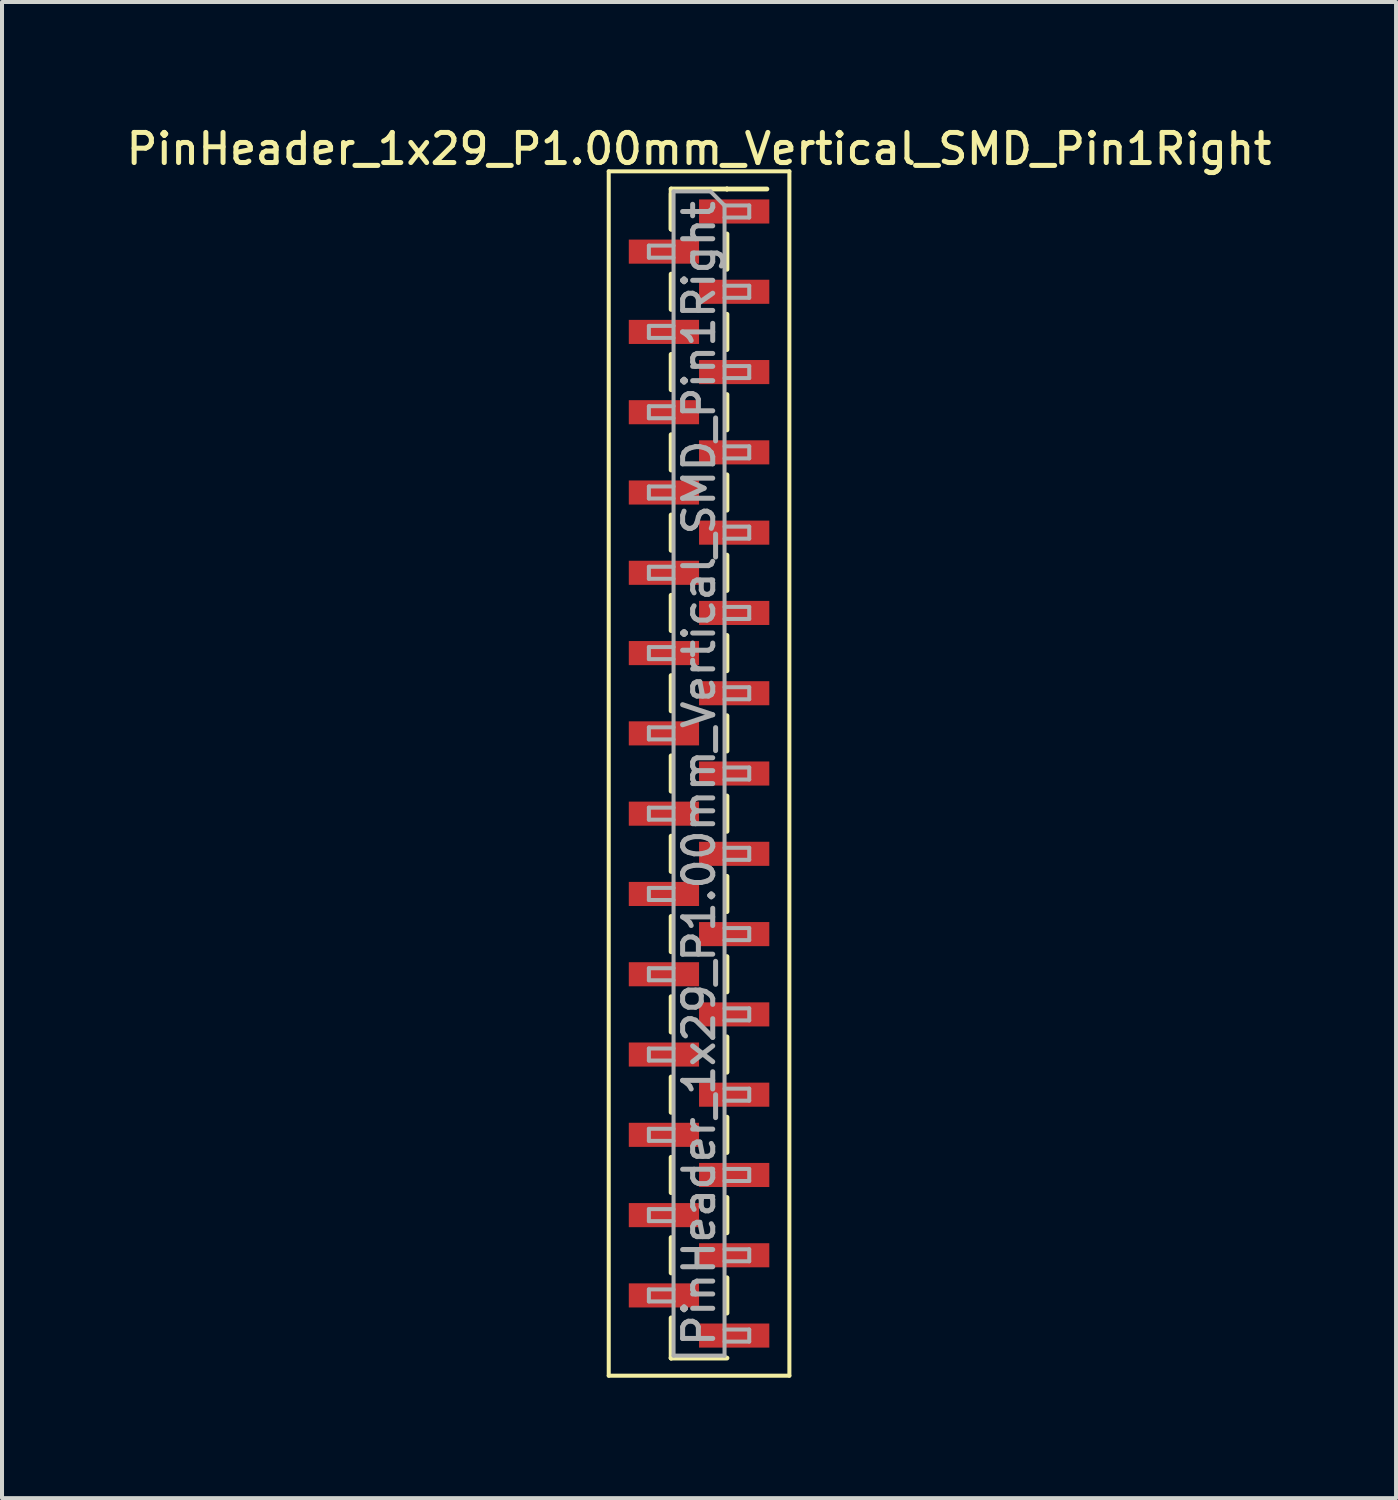
<source format=kicad_pcb>
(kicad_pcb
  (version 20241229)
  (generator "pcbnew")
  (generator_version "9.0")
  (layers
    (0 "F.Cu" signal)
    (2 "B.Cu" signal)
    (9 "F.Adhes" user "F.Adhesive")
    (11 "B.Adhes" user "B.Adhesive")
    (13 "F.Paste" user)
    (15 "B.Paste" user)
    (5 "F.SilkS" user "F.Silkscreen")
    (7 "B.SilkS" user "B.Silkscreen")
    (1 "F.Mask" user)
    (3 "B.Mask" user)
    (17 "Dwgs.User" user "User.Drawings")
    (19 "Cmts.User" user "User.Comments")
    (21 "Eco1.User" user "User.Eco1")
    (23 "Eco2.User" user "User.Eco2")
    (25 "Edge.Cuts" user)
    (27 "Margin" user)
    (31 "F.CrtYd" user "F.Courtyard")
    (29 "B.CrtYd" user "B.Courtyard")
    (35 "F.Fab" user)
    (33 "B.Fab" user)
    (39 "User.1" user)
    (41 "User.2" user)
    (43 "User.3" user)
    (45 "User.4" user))
  (footprint "PinHeader_1x29_P1.00mm_Vertical_SMD_Pin1Right"
    (layer "F.Cu")
    (at 14.363 16.218)
    (property "Reference" "PinHeader_1x29_P1.00mm_Vertical_SMD_Pin1Right" (at 0 -15.56 0) (layer "F.SilkS") (effects (font (size 0.75 0.75) (thickness 0.125))))
    (attr smd)
    (fp_line (start -2.25 -15) (end -2.25 15) (stroke (width 0.1) (type solid)) (layer "F.SilkS"))
    (fp_line (start -2.25 15) (end 2.25 15) (stroke (width 0.1) (type solid)) (layer "F.SilkS"))
    (fp_line (start -0.695 -14.56) (end -0.695 -13.56) (stroke (width 0.12) (type solid)) (layer "F.SilkS"))
    (fp_line (start -0.695 -14.56) (end 0.695 -14.56) (stroke (width 0.12) (type solid)) (layer "F.SilkS"))
    (fp_line (start -0.695 -14.44) (end -0.695 -13.56) (stroke (width 0.12) (type solid)) (layer "F.SilkS"))
    (fp_line (start -0.695 -12.44) (end -0.695 -11.56) (stroke (width 0.12) (type solid)) (layer "F.SilkS"))
    (fp_line (start -0.695 -10.44) (end -0.695 -9.56) (stroke (width 0.12) (type solid)) (layer "F.SilkS"))
    (fp_line (start -0.695 -8.44) (end -0.695 -7.56) (stroke (width 0.12) (type solid)) (layer "F.SilkS"))
    (fp_line (start -0.695 -6.44) (end -0.695 -5.56) (stroke (width 0.12) (type solid)) (layer "F.SilkS"))
    (fp_line (start -0.695 -4.44) (end -0.695 -3.56) (stroke (width 0.12) (type solid)) (layer "F.SilkS"))
    (fp_line (start -0.695 -2.44) (end -0.695 -1.56) (stroke (width 0.12) (type solid)) (layer "F.SilkS"))
    (fp_line (start -0.695 -0.44) (end -0.695 0.44) (stroke (width 0.12) (type solid)) (layer "F.SilkS"))
    (fp_line (start -0.695 1.56) (end -0.695 2.44) (stroke (width 0.12) (type solid)) (layer "F.SilkS"))
    (fp_line (start -0.695 3.56) (end -0.695 4.44) (stroke (width 0.12) (type solid)) (layer "F.SilkS"))
    (fp_line (start -0.695 5.56) (end -0.695 6.44) (stroke (width 0.12) (type solid)) (layer "F.SilkS"))
    (fp_line (start -0.695 7.56) (end -0.695 8.44) (stroke (width 0.12) (type solid)) (layer "F.SilkS"))
    (fp_line (start -0.695 9.56) (end -0.695 10.44) (stroke (width 0.12) (type solid)) (layer "F.SilkS"))
    (fp_line (start -0.695 11.56) (end -0.695 12.44) (stroke (width 0.12) (type solid)) (layer "F.SilkS"))
    (fp_line (start -0.695 13.56) (end -0.695 14.56) (stroke (width 0.12) (type solid)) (layer "F.SilkS"))
    (fp_line (start -0.695 14.56) (end -0.695 14.56) (stroke (width 0.12) (type solid)) (layer "F.SilkS"))
    (fp_line (start -0.695 14.56) (end 0.695 14.56) (stroke (width 0.12) (type solid)) (layer "F.SilkS"))
    (fp_line (start 0.695 -14.56) (end 0.695 -14.56) (stroke (width 0.12) (type solid)) (layer "F.SilkS"))
    (fp_line (start 0.695 -14.56) (end 1.69 -14.56) (stroke (width 0.12) (type solid)) (layer "F.SilkS"))
    (fp_line (start 0.695 -13.44) (end 0.695 -12.56) (stroke (width 0.12) (type solid)) (layer "F.SilkS"))
    (fp_line (start 0.695 -11.44) (end 0.695 -10.56) (stroke (width 0.12) (type solid)) (layer "F.SilkS"))
    (fp_line (start 0.695 -9.44) (end 0.695 -8.56) (stroke (width 0.12) (type solid)) (layer "F.SilkS"))
    (fp_line (start 0.695 -7.44) (end 0.695 -6.56) (stroke (width 0.12) (type solid)) (layer "F.SilkS"))
    (fp_line (start 0.695 -5.44) (end 0.695 -4.56) (stroke (width 0.12) (type solid)) (layer "F.SilkS"))
    (fp_line (start 0.695 -3.44) (end 0.695 -2.56) (stroke (width 0.12) (type solid)) (layer "F.SilkS"))
    (fp_line (start 0.695 -1.44) (end 0.695 -0.56) (stroke (width 0.12) (type solid)) (layer "F.SilkS"))
    (fp_line (start 0.695 0.56) (end 0.695 1.44) (stroke (width 0.12) (type solid)) (layer "F.SilkS"))
    (fp_line (start 0.695 2.56) (end 0.695 3.44) (stroke (width 0.12) (type solid)) (layer "F.SilkS"))
    (fp_line (start 0.695 4.56) (end 0.695 5.44) (stroke (width 0.12) (type solid)) (layer "F.SilkS"))
    (fp_line (start 0.695 6.56) (end 0.695 7.44) (stroke (width 0.12) (type solid)) (layer "F.SilkS"))
    (fp_line (start 0.695 8.56) (end 0.695 9.44) (stroke (width 0.12) (type solid)) (layer "F.SilkS"))
    (fp_line (start 0.695 10.56) (end 0.695 11.44) (stroke (width 0.12) (type solid)) (layer "F.SilkS"))
    (fp_line (start 0.695 12.56) (end 0.695 13.44) (stroke (width 0.12) (type solid)) (layer "F.SilkS"))
    (fp_line (start 2.25 -15) (end -2.25 -15) (stroke (width 0.1) (type solid)) (layer "F.SilkS"))
    (fp_line (start 2.25 15) (end 2.25 -15) (stroke (width 0.1) (type solid)) (layer "F.SilkS"))
    (fp_line (start -1.25 -13.15) (end -1.25 -12.85) (stroke (width 0.1) (type solid)) (layer "F.Fab"))
    (fp_line (start -1.25 -12.85) (end -0.635 -12.85) (stroke (width 0.1) (type solid)) (layer "F.Fab"))
    (fp_line (start -1.25 -11.15) (end -1.25 -10.85) (stroke (width 0.1) (type solid)) (layer "F.Fab"))
    (fp_line (start -1.25 -10.85) (end -0.635 -10.85) (stroke (width 0.1) (type solid)) (layer "F.Fab"))
    (fp_line (start -1.25 -9.15) (end -1.25 -8.85) (stroke (width 0.1) (type solid)) (layer "F.Fab"))
    (fp_line (start -1.25 -8.85) (end -0.635 -8.85) (stroke (width 0.1) (type solid)) (layer "F.Fab"))
    (fp_line (start -1.25 -7.15) (end -1.25 -6.85) (stroke (width 0.1) (type solid)) (layer "F.Fab"))
    (fp_line (start -1.25 -6.85) (end -0.635 -6.85) (stroke (width 0.1) (type solid)) (layer "F.Fab"))
    (fp_line (start -1.25 -5.15) (end -1.25 -4.85) (stroke (width 0.1) (type solid)) (layer "F.Fab"))
    (fp_line (start -1.25 -4.85) (end -0.635 -4.85) (stroke (width 0.1) (type solid)) (layer "F.Fab"))
    (fp_line (start -1.25 -3.15) (end -1.25 -2.85) (stroke (width 0.1) (type solid)) (layer "F.Fab"))
    (fp_line (start -1.25 -2.85) (end -0.635 -2.85) (stroke (width 0.1) (type solid)) (layer "F.Fab"))
    (fp_line (start -1.25 -1.15) (end -1.25 -0.85) (stroke (width 0.1) (type solid)) (layer "F.Fab"))
    (fp_line (start -1.25 -0.85) (end -0.635 -0.85) (stroke (width 0.1) (type solid)) (layer "F.Fab"))
    (fp_line (start -1.25 0.85) (end -1.25 1.15) (stroke (width 0.1) (type solid)) (layer "F.Fab"))
    (fp_line (start -1.25 1.15) (end -0.635 1.15) (stroke (width 0.1) (type solid)) (layer "F.Fab"))
    (fp_line (start -1.25 2.85) (end -1.25 3.15) (stroke (width 0.1) (type solid)) (layer "F.Fab"))
    (fp_line (start -1.25 3.15) (end -0.635 3.15) (stroke (width 0.1) (type solid)) (layer "F.Fab"))
    (fp_line (start -1.25 4.85) (end -1.25 5.15) (stroke (width 0.1) (type solid)) (layer "F.Fab"))
    (fp_line (start -1.25 5.15) (end -0.635 5.15) (stroke (width 0.1) (type solid)) (layer "F.Fab"))
    (fp_line (start -1.25 6.85) (end -1.25 7.15) (stroke (width 0.1) (type solid)) (layer "F.Fab"))
    (fp_line (start -1.25 7.15) (end -0.635 7.15) (stroke (width 0.1) (type solid)) (layer "F.Fab"))
    (fp_line (start -1.25 8.85) (end -1.25 9.15) (stroke (width 0.1) (type solid)) (layer "F.Fab"))
    (fp_line (start -1.25 9.15) (end -0.635 9.15) (stroke (width 0.1) (type solid)) (layer "F.Fab"))
    (fp_line (start -1.25 10.85) (end -1.25 11.15) (stroke (width 0.1) (type solid)) (layer "F.Fab"))
    (fp_line (start -1.25 11.15) (end -0.635 11.15) (stroke (width 0.1) (type solid)) (layer "F.Fab"))
    (fp_line (start -1.25 12.85) (end -1.25 13.15) (stroke (width 0.1) (type solid)) (layer "F.Fab"))
    (fp_line (start -1.25 13.15) (end -0.635 13.15) (stroke (width 0.1) (type solid)) (layer "F.Fab"))
    (fp_line (start -0.635 -14.5) (end -0.635 14.5) (stroke (width 0.1) (type solid)) (layer "F.Fab"))
    (fp_line (start -0.635 -14.5) (end 0.285 -14.5) (stroke (width 0.1) (type solid)) (layer "F.Fab"))
    (fp_line (start -0.635 -13.15) (end -1.25 -13.15) (stroke (width 0.1) (type solid)) (layer "F.Fab"))
    (fp_line (start -0.635 -11.15) (end -1.25 -11.15) (stroke (width 0.1) (type solid)) (layer "F.Fab"))
    (fp_line (start -0.635 -9.15) (end -1.25 -9.15) (stroke (width 0.1) (type solid)) (layer "F.Fab"))
    (fp_line (start -0.635 -7.15) (end -1.25 -7.15) (stroke (width 0.1) (type solid)) (layer "F.Fab"))
    (fp_line (start -0.635 -5.15) (end -1.25 -5.15) (stroke (width 0.1) (type solid)) (layer "F.Fab"))
    (fp_line (start -0.635 -3.15) (end -1.25 -3.15) (stroke (width 0.1) (type solid)) (layer "F.Fab"))
    (fp_line (start -0.635 -1.15) (end -1.25 -1.15) (stroke (width 0.1) (type solid)) (layer "F.Fab"))
    (fp_line (start -0.635 0.85) (end -1.25 0.85) (stroke (width 0.1) (type solid)) (layer "F.Fab"))
    (fp_line (start -0.635 2.85) (end -1.25 2.85) (stroke (width 0.1) (type solid)) (layer "F.Fab"))
    (fp_line (start -0.635 4.85) (end -1.25 4.85) (stroke (width 0.1) (type solid)) (layer "F.Fab"))
    (fp_line (start -0.635 6.85) (end -1.25 6.85) (stroke (width 0.1) (type solid)) (layer "F.Fab"))
    (fp_line (start -0.635 8.85) (end -1.25 8.85) (stroke (width 0.1) (type solid)) (layer "F.Fab"))
    (fp_line (start -0.635 10.85) (end -1.25 10.85) (stroke (width 0.1) (type solid)) (layer "F.Fab"))
    (fp_line (start -0.635 12.85) (end -1.25 12.85) (stroke (width 0.1) (type solid)) (layer "F.Fab"))
    (fp_line (start 0.635 -14.15) (end 0.285 -14.5) (stroke (width 0.1) (type solid)) (layer "F.Fab"))
    (fp_line (start 0.635 -14.15) (end 1.25 -14.15) (stroke (width 0.1) (type solid)) (layer "F.Fab"))
    (fp_line (start 0.635 -12.15) (end 1.25 -12.15) (stroke (width 0.1) (type solid)) (layer "F.Fab"))
    (fp_line (start 0.635 -10.15) (end 1.25 -10.15) (stroke (width 0.1) (type solid)) (layer "F.Fab"))
    (fp_line (start 0.635 -8.15) (end 1.25 -8.15) (stroke (width 0.1) (type solid)) (layer "F.Fab"))
    (fp_line (start 0.635 -6.15) (end 1.25 -6.15) (stroke (width 0.1) (type solid)) (layer "F.Fab"))
    (fp_line (start 0.635 -4.15) (end 1.25 -4.15) (stroke (width 0.1) (type solid)) (layer "F.Fab"))
    (fp_line (start 0.635 -2.15) (end 1.25 -2.15) (stroke (width 0.1) (type solid)) (layer "F.Fab"))
    (fp_line (start 0.635 -0.15) (end 1.25 -0.15) (stroke (width 0.1) (type solid)) (layer "F.Fab"))
    (fp_line (start 0.635 1.85) (end 1.25 1.85) (stroke (width 0.1) (type solid)) (layer "F.Fab"))
    (fp_line (start 0.635 3.85) (end 1.25 3.85) (stroke (width 0.1) (type solid)) (layer "F.Fab"))
    (fp_line (start 0.635 5.85) (end 1.25 5.85) (stroke (width 0.1) (type solid)) (layer "F.Fab"))
    (fp_line (start 0.635 7.85) (end 1.25 7.85) (stroke (width 0.1) (type solid)) (layer "F.Fab"))
    (fp_line (start 0.635 9.85) (end 1.25 9.85) (stroke (width 0.1) (type solid)) (layer "F.Fab"))
    (fp_line (start 0.635 11.85) (end 1.25 11.85) (stroke (width 0.1) (type solid)) (layer "F.Fab"))
    (fp_line (start 0.635 13.85) (end 1.25 13.85) (stroke (width 0.1) (type solid)) (layer "F.Fab"))
    (fp_line (start 0.635 14.5) (end -0.635 14.5) (stroke (width 0.1) (type solid)) (layer "F.Fab"))
    (fp_line (start 0.635 14.5) (end 0.635 -14.15) (stroke (width 0.1) (type solid)) (layer "F.Fab"))
    (fp_line (start 1.25 -14.15) (end 1.25 -13.85) (stroke (width 0.1) (type solid)) (layer "F.Fab"))
    (fp_line (start 1.25 -13.85) (end 0.635 -13.85) (stroke (width 0.1) (type solid)) (layer "F.Fab"))
    (fp_line (start 1.25 -12.15) (end 1.25 -11.85) (stroke (width 0.1) (type solid)) (layer "F.Fab"))
    (fp_line (start 1.25 -11.85) (end 0.635 -11.85) (stroke (width 0.1) (type solid)) (layer "F.Fab"))
    (fp_line (start 1.25 -10.15) (end 1.25 -9.85) (stroke (width 0.1) (type solid)) (layer "F.Fab"))
    (fp_line (start 1.25 -9.85) (end 0.635 -9.85) (stroke (width 0.1) (type solid)) (layer "F.Fab"))
    (fp_line (start 1.25 -8.15) (end 1.25 -7.85) (stroke (width 0.1) (type solid)) (layer "F.Fab"))
    (fp_line (start 1.25 -7.85) (end 0.635 -7.85) (stroke (width 0.1) (type solid)) (layer "F.Fab"))
    (fp_line (start 1.25 -6.15) (end 1.25 -5.85) (stroke (width 0.1) (type solid)) (layer "F.Fab"))
    (fp_line (start 1.25 -5.85) (end 0.635 -5.85) (stroke (width 0.1) (type solid)) (layer "F.Fab"))
    (fp_line (start 1.25 -4.15) (end 1.25 -3.85) (stroke (width 0.1) (type solid)) (layer "F.Fab"))
    (fp_line (start 1.25 -3.85) (end 0.635 -3.85) (stroke (width 0.1) (type solid)) (layer "F.Fab"))
    (fp_line (start 1.25 -2.15) (end 1.25 -1.85) (stroke (width 0.1) (type solid)) (layer "F.Fab"))
    (fp_line (start 1.25 -1.85) (end 0.635 -1.85) (stroke (width 0.1) (type solid)) (layer "F.Fab"))
    (fp_line (start 1.25 -0.15) (end 1.25 0.15) (stroke (width 0.1) (type solid)) (layer "F.Fab"))
    (fp_line (start 1.25 0.15) (end 0.635 0.15) (stroke (width 0.1) (type solid)) (layer "F.Fab"))
    (fp_line (start 1.25 1.85) (end 1.25 2.15) (stroke (width 0.1) (type solid)) (layer "F.Fab"))
    (fp_line (start 1.25 2.15) (end 0.635 2.15) (stroke (width 0.1) (type solid)) (layer "F.Fab"))
    (fp_line (start 1.25 3.85) (end 1.25 4.15) (stroke (width 0.1) (type solid)) (layer "F.Fab"))
    (fp_line (start 1.25 4.15) (end 0.635 4.15) (stroke (width 0.1) (type solid)) (layer "F.Fab"))
    (fp_line (start 1.25 5.85) (end 1.25 6.15) (stroke (width 0.1) (type solid)) (layer "F.Fab"))
    (fp_line (start 1.25 6.15) (end 0.635 6.15) (stroke (width 0.1) (type solid)) (layer "F.Fab"))
    (fp_line (start 1.25 7.85) (end 1.25 8.15) (stroke (width 0.1) (type solid)) (layer "F.Fab"))
    (fp_line (start 1.25 8.15) (end 0.635 8.15) (stroke (width 0.1) (type solid)) (layer "F.Fab"))
    (fp_line (start 1.25 9.85) (end 1.25 10.15) (stroke (width 0.1) (type solid)) (layer "F.Fab"))
    (fp_line (start 1.25 10.15) (end 0.635 10.15) (stroke (width 0.1) (type solid)) (layer "F.Fab"))
    (fp_line (start 1.25 11.85) (end 1.25 12.15) (stroke (width 0.1) (type solid)) (layer "F.Fab"))
    (fp_line (start 1.25 12.15) (end 0.635 12.15) (stroke (width 0.1) (type solid)) (layer "F.Fab"))
    (fp_line (start 1.25 13.85) (end 1.25 14.15) (stroke (width 0.1) (type solid)) (layer "F.Fab"))
    (fp_line (start 1.25 14.15) (end 0.635 14.15) (stroke (width 0.1) (type solid)) (layer "F.Fab"))
    (fp_text user "${REFERENCE}" (at 0 0 90) (layer "F.Fab") (effects (font (size 0.75 0.75) (thickness 0.125))))
    (pad "1" smd rect (at 0.875 -14) (size 1.75 0.6) (layers "F.Cu" "F.Mask" "F.Paste"))
    (pad "2" smd rect (at -0.875 -13) (size 1.75 0.6) (layers "F.Cu" "F.Mask" "F.Paste"))
    (pad "3" smd rect (at 0.875 -12) (size 1.75 0.6) (layers "F.Cu" "F.Mask" "F.Paste"))
    (pad "4" smd rect (at -0.875 -11) (size 1.75 0.6) (layers "F.Cu" "F.Mask" "F.Paste"))
    (pad "5" smd rect (at 0.875 -10) (size 1.75 0.6) (layers "F.Cu" "F.Mask" "F.Paste"))
    (pad "6" smd rect (at -0.875 -9) (size 1.75 0.6) (layers "F.Cu" "F.Mask" "F.Paste"))
    (pad "7" smd rect (at 0.875 -8) (size 1.75 0.6) (layers "F.Cu" "F.Mask" "F.Paste"))
    (pad "8" smd rect (at -0.875 -7) (size 1.75 0.6) (layers "F.Cu" "F.Mask" "F.Paste"))
    (pad "9" smd rect (at 0.875 -6) (size 1.75 0.6) (layers "F.Cu" "F.Mask" "F.Paste"))
    (pad "10" smd rect (at -0.875 -5) (size 1.75 0.6) (layers "F.Cu" "F.Mask" "F.Paste"))
    (pad "11" smd rect (at 0.875 -4) (size 1.75 0.6) (layers "F.Cu" "F.Mask" "F.Paste"))
    (pad "12" smd rect (at -0.875 -3) (size 1.75 0.6) (layers "F.Cu" "F.Mask" "F.Paste"))
    (pad "13" smd rect (at 0.875 -2) (size 1.75 0.6) (layers "F.Cu" "F.Mask" "F.Paste"))
    (pad "14" smd rect (at -0.875 -1) (size 1.75 0.6) (layers "F.Cu" "F.Mask" "F.Paste"))
    (pad "15" smd rect (at 0.875 0) (size 1.75 0.6) (layers "F.Cu" "F.Mask" "F.Paste"))
    (pad "16" smd rect (at -0.875 1) (size 1.75 0.6) (layers "F.Cu" "F.Mask" "F.Paste"))
    (pad "17" smd rect (at 0.875 2) (size 1.75 0.6) (layers "F.Cu" "F.Mask" "F.Paste"))
    (pad "18" smd rect (at -0.875 3) (size 1.75 0.6) (layers "F.Cu" "F.Mask" "F.Paste"))
    (pad "19" smd rect (at 0.875 4) (size 1.75 0.6) (layers "F.Cu" "F.Mask" "F.Paste"))
    (pad "20" smd rect (at -0.875 5) (size 1.75 0.6) (layers "F.Cu" "F.Mask" "F.Paste"))
    (pad "21" smd rect (at 0.875 6) (size 1.75 0.6) (layers "F.Cu" "F.Mask" "F.Paste"))
    (pad "22" smd rect (at -0.875 7) (size 1.75 0.6) (layers "F.Cu" "F.Mask" "F.Paste"))
    (pad "23" smd rect (at 0.875 8) (size 1.75 0.6) (layers "F.Cu" "F.Mask" "F.Paste"))
    (pad "24" smd rect (at -0.875 9) (size 1.75 0.6) (layers "F.Cu" "F.Mask" "F.Paste"))
    (pad "25" smd rect (at 0.875 10) (size 1.75 0.6) (layers "F.Cu" "F.Mask" "F.Paste"))
    (pad "26" smd rect (at -0.875 11) (size 1.75 0.6) (layers "F.Cu" "F.Mask" "F.Paste"))
    (pad "27" smd rect (at 0.875 12) (size 1.75 0.6) (layers "F.Cu" "F.Mask" "F.Paste"))
    (pad "28" smd rect (at -0.875 13) (size 1.75 0.6) (layers "F.Cu" "F.Mask" "F.Paste"))
    (pad "29" smd rect (at 0.875 14) (size 1.75 0.6) (layers "F.Cu" "F.Mask" "F.Paste")))
  (gr_rect
    (start -3 -3)
    (end 31.725 34.268)
    (stroke (width 0.1) (type default))
    (fill no)
    (layer "Edge.Cuts")))
</source>
